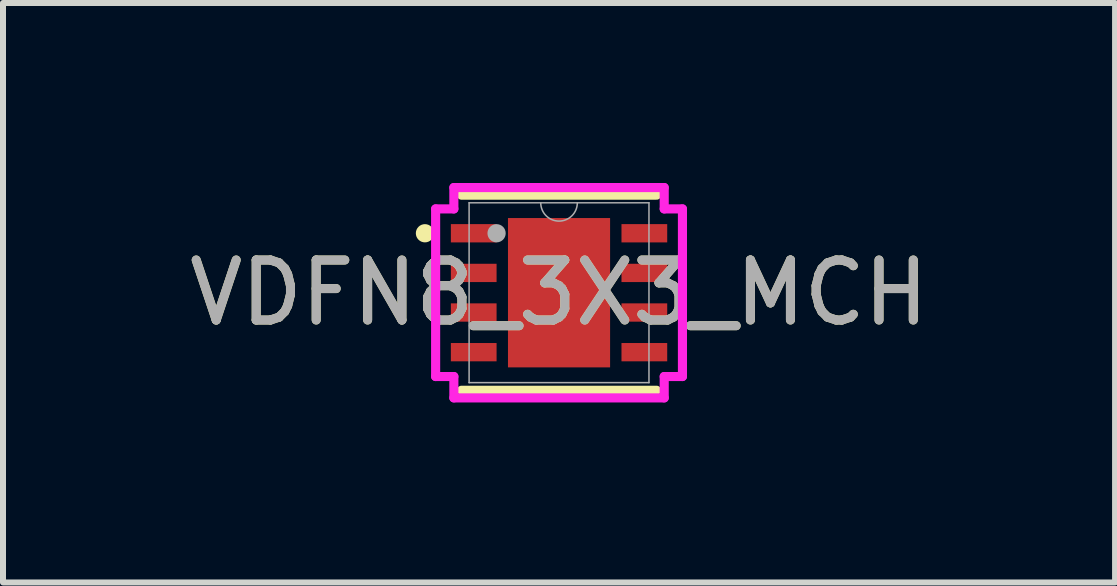
<source format=kicad_pcb>
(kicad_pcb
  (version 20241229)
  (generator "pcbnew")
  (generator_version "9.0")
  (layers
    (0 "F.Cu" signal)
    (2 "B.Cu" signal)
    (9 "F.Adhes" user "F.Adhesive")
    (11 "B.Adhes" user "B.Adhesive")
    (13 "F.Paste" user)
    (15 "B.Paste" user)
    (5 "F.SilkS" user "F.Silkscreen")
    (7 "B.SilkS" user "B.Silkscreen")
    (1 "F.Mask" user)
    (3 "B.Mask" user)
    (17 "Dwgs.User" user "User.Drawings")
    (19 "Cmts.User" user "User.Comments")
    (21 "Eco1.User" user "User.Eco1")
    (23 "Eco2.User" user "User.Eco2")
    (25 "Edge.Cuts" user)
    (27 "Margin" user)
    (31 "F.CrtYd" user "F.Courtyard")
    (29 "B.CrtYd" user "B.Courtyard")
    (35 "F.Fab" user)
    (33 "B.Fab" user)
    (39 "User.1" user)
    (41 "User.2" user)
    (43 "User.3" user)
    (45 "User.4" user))
  (footprint "VDFN8_3X3_MCH"
    (layer "F.Cu")
    (at 6.268 1.829)
    (property "Reference" "VDFN8_3X3_MCH" (at 0 0 0) (unlocked yes) (layer "F.SilkS") (effects (font (size 1 1) (thickness 0.15))))
    (attr smd)
    (fp_line (start -1.626 1.626) (end 1.626 1.626) (stroke (width 0.152) (type solid)) (layer "F.SilkS"))
    (fp_line (start 1.626 -1.626) (end -1.626 -1.626) (stroke (width 0.152) (type solid)) (layer "F.SilkS"))
    (fp_circle (center -2.235 -0.991) (end -2.159 -0.991) (stroke (width 0.152) (type solid)) (fill no) (layer "F.SilkS"))
    (fp_line (start -2.057 -1.397) (end -1.753 -1.397) (stroke (width 0.152) (type solid)) (layer "F.CrtYd"))
    (fp_line (start -2.057 1.397) (end -2.057 -1.397) (stroke (width 0.152) (type solid)) (layer "F.CrtYd"))
    (fp_line (start -2.057 1.397) (end -1.753 1.397) (stroke (width 0.152) (type solid)) (layer "F.CrtYd"))
    (fp_line (start -1.753 -1.753) (end 1.753 -1.753) (stroke (width 0.152) (type solid)) (layer "F.CrtYd"))
    (fp_line (start -1.753 -1.397) (end -1.753 -1.753) (stroke (width 0.152) (type solid)) (layer "F.CrtYd"))
    (fp_line (start -1.753 1.753) (end -1.753 1.397) (stroke (width 0.152) (type solid)) (layer "F.CrtYd"))
    (fp_line (start 1.753 -1.753) (end 1.753 -1.397) (stroke (width 0.152) (type solid)) (layer "F.CrtYd"))
    (fp_line (start 1.753 1.397) (end 1.753 1.753) (stroke (width 0.152) (type solid)) (layer "F.CrtYd"))
    (fp_line (start 1.753 1.753) (end -1.753 1.753) (stroke (width 0.152) (type solid)) (layer "F.CrtYd"))
    (fp_line (start 2.057 -1.397) (end 1.753 -1.397) (stroke (width 0.152) (type solid)) (layer "F.CrtYd"))
    (fp_line (start 2.057 -1.397) (end 2.057 1.397) (stroke (width 0.152) (type solid)) (layer "F.CrtYd"))
    (fp_line (start 2.057 1.397) (end 1.753 1.397) (stroke (width 0.152) (type solid)) (layer "F.CrtYd"))
    (fp_line (start -1.499 -1.499) (end -1.499 1.499) (stroke (width 0.025) (type solid)) (layer "F.Fab"))
    (fp_line (start -1.499 1.499) (end 1.499 1.499) (stroke (width 0.025) (type solid)) (layer "F.Fab"))
    (fp_line (start 1.499 -1.499) (end -1.499 -1.499) (stroke (width 0.025) (type solid)) (layer "F.Fab"))
    (fp_line (start 1.499 1.499) (end 1.499 -1.499) (stroke (width 0.025) (type solid)) (layer "F.Fab"))
    (fp_arc (start 0.3048 -1.4986) (mid 0 -1.1938) (end -0.3048 -1.4986) (stroke (width 0.0254) (type solid)) (layer "F.Fab"))
    (fp_circle (center -1.041 -0.991) (end -1.041 -0.991) (stroke (width 0.152) (type solid)) (fill no) (layer "F.Fab"))
    (fp_text user "${REFERENCE}" (at 0 0 0) (unlocked yes) (layer "F.Fab") (effects (font (size 1 1) (thickness 0.15))))
    (pad "1" smd rect (at -1.422 -0.991) (size 0.762 0.305) (layers "F.Cu" "F.Mask" "F.Paste"))
    (pad "2" smd rect (at -1.422 -0.33) (size 0.762 0.305) (layers "F.Cu" "F.Mask" "F.Paste"))
    (pad "3" smd rect (at -1.422 0.33) (size 0.762 0.305) (layers "F.Cu" "F.Mask" "F.Paste"))
    (pad "4" smd rect (at -1.422 0.991) (size 0.762 0.305) (layers "F.Cu" "F.Mask" "F.Paste"))
    (pad "5" smd rect (at 1.422 0.991) (size 0.762 0.305) (layers "F.Cu" "F.Mask" "F.Paste"))
    (pad "6" smd rect (at 1.422 0.33) (size 0.762 0.305) (layers "F.Cu" "F.Mask" "F.Paste"))
    (pad "7" smd rect (at 1.422 -0.33) (size 0.762 0.305) (layers "F.Cu" "F.Mask" "F.Paste"))
    (pad "8" smd rect (at 1.422 -0.991) (size 0.762 0.305) (layers "F.Cu" "F.Mask" "F.Paste"))
    (pad "9" smd rect (at 0 0) (size 1.702 2.489) (layers "F.Cu" "F.Mask" "F.Paste")))
  (gr_rect
    (start -3 -3)
    (end 15.536 6.658)
    (stroke (width 0.1) (type default))
    (fill no)
    (layer "Edge.Cuts")))
</source>
